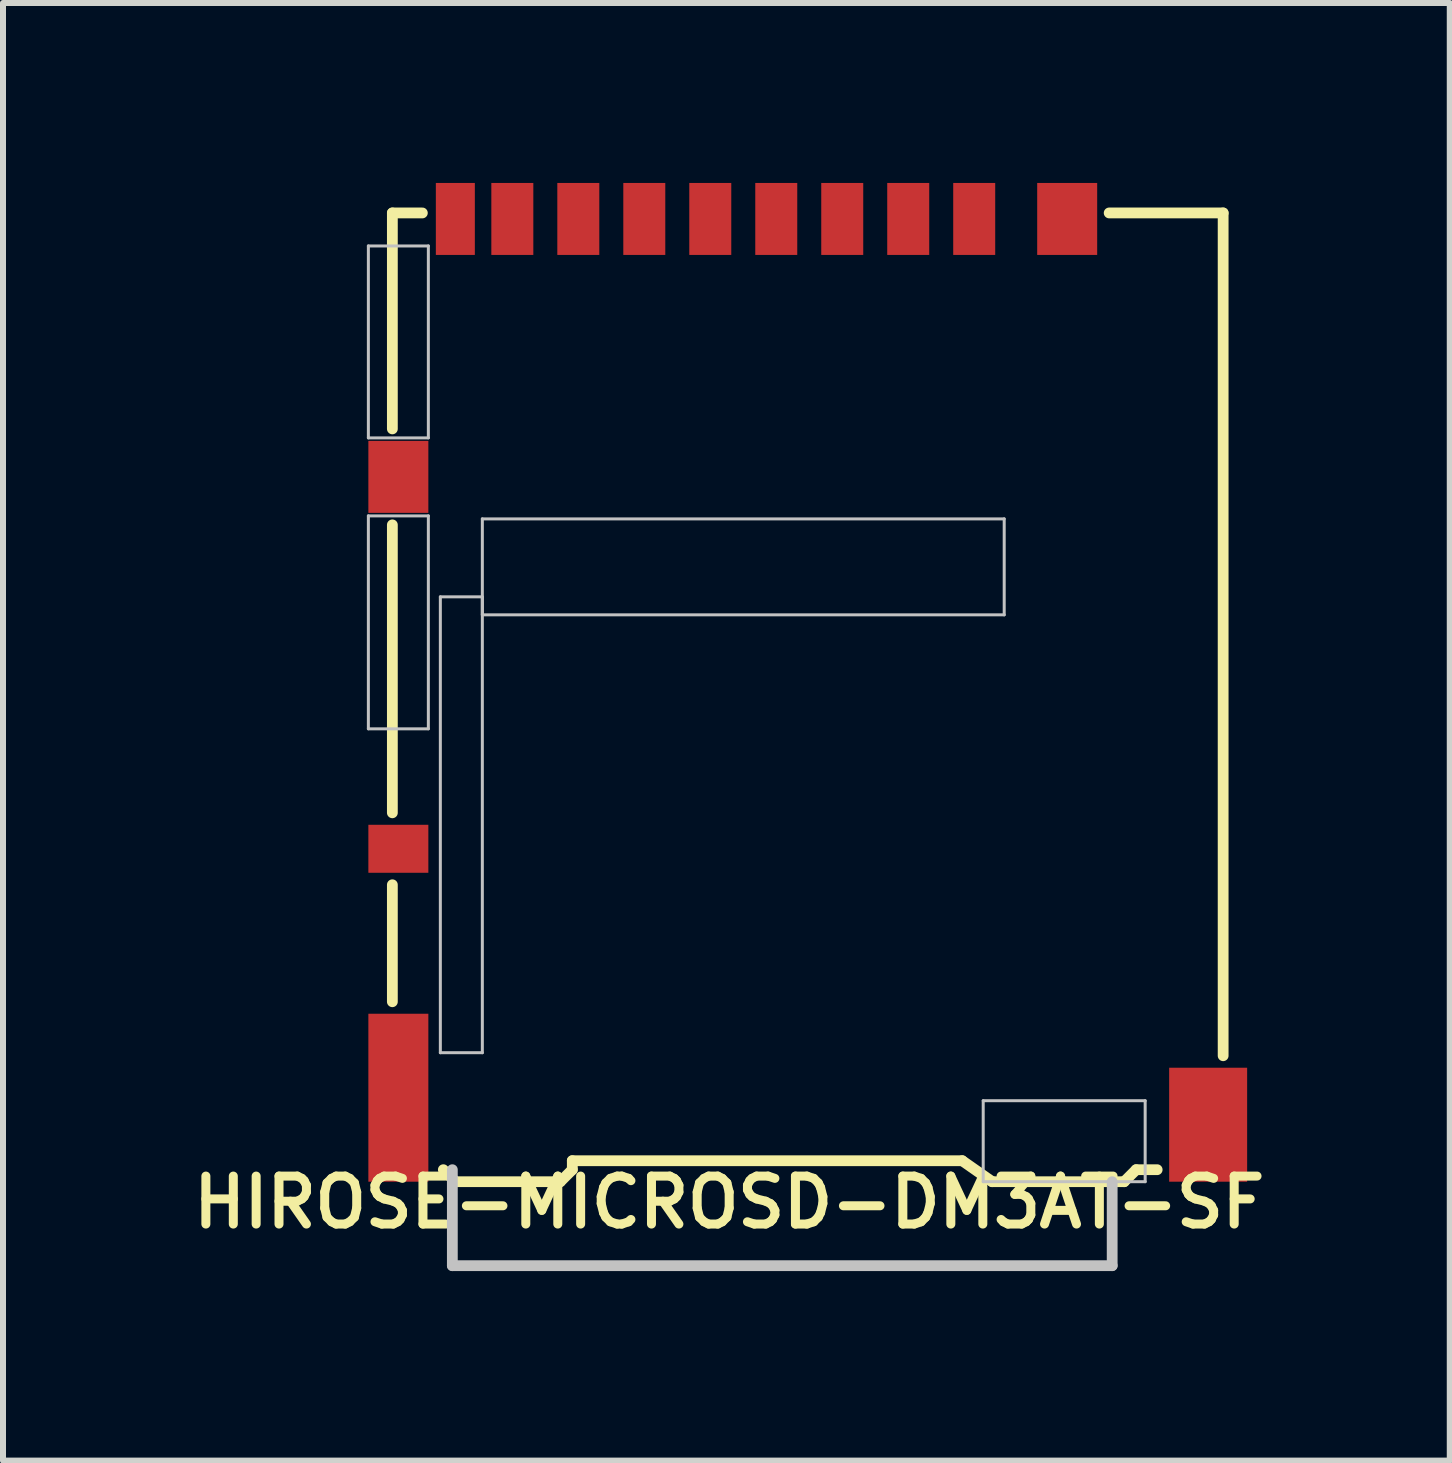
<source format=kicad_pcb>
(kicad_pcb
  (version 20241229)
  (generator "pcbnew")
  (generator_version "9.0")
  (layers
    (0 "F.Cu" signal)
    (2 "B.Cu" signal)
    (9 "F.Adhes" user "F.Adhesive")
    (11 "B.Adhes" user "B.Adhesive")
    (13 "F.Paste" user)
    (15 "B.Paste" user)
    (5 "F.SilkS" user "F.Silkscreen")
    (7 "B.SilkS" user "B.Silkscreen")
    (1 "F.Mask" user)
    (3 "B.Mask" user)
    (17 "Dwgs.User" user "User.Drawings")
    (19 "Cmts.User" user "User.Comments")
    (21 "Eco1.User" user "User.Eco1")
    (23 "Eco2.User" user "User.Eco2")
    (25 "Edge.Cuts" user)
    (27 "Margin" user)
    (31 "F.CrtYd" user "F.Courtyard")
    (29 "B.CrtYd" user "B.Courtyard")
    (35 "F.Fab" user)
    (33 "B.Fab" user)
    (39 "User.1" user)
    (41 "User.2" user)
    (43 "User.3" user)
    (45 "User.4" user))
  (footprint "HIROSE-MICROSD-DM3AT-SF"
    (layer "F.Cu")
    (at 9.991 18.05)
    (property "Reference" "HIROSE-MICROSD-DM3AT-SF" (at 8.128 -1.524 180) (layer "F.SilkS") (effects (font (size 0.8 0.8) (thickness 0.15)) (justify right top)))
    (attr through_hole)
    (fp_line (start -6.5 -17.55) (end -6 -17.55) (stroke (width 0.18) (type solid)) (layer "F.SilkS"))
    (fp_line (start -6.5 -13.95) (end -6.5 -17.55) (stroke (width 0.18) (type solid)) (layer "F.SilkS"))
    (fp_line (start -6.5 -7.55) (end -6.5 -12.35) (stroke (width 0.18) (type solid)) (layer "F.SilkS"))
    (fp_line (start -6.5 -4.4) (end -6.5 -6.35) (stroke (width 0.18) (type solid)) (layer "F.SilkS"))
    (fp_line (start -5.65 -1.6) (end -5.45 -1.4) (stroke (width 0.18) (type solid)) (layer "F.SilkS"))
    (fp_line (start -3.7 -1.4) (end -5.45 -1.4) (stroke (width 0.18) (type solid)) (layer "F.SilkS"))
    (fp_line (start -3.7 -1.4) (end -3.5 -1.6) (stroke (width 0.18) (type solid)) (layer "F.SilkS"))
    (fp_line (start -3.5 -1.75) (end 3 -1.75) (stroke (width 0.18) (type solid)) (layer "F.SilkS"))
    (fp_line (start -3.5 -1.6) (end -3.5 -1.75) (stroke (width 0.18) (type solid)) (layer "F.SilkS"))
    (fp_line (start 3 -1.75) (end 3.5 -1.4) (stroke (width 0.18) (type solid)) (layer "F.SilkS"))
    (fp_line (start 3.5 -1.4) (end 5.7 -1.4) (stroke (width 0.18) (type solid)) (layer "F.SilkS"))
    (fp_line (start 5.9 -1.6) (end 5.7 -1.4) (stroke (width 0.18) (type solid)) (layer "F.SilkS"))
    (fp_line (start 5.9 -1.6) (end 6.25 -1.6) (stroke (width 0.18) (type solid)) (layer "F.SilkS"))
    (fp_line (start 7.35 -17.55) (end 5.45 -17.55) (stroke (width 0.18) (type solid)) (layer "F.SilkS"))
    (fp_line (start 7.35 -3.5) (end 7.35 -17.55) (stroke (width 0.18) (type solid)) (layer "F.SilkS"))
    (fp_line (start -6.9 -17) (end -5.9 -17) (stroke (width 0.05) (type solid)) (layer "Dwgs.User"))
    (fp_line (start -6.9 -13.8) (end -6.9 -17) (stroke (width 0.05) (type solid)) (layer "Dwgs.User"))
    (fp_line (start -6.9 -12.5) (end -6.9 -8.95) (stroke (width 0.05) (type solid)) (layer "Dwgs.User"))
    (fp_line (start -5.9 -17) (end -5.9 -13.8) (stroke (width 0.05) (type solid)) (layer "Dwgs.User"))
    (fp_line (start -5.9 -13.8) (end -6.9 -13.8) (stroke (width 0.05) (type solid)) (layer "Dwgs.User"))
    (fp_line (start -5.9 -12.5) (end -6.9 -12.5) (stroke (width 0.05) (type solid)) (layer "Dwgs.User"))
    (fp_line (start -5.9 -8.95) (end -6.9 -8.95) (stroke (width 0.05) (type solid)) (layer "Dwgs.User"))
    (fp_line (start -5.9 -8.95) (end -5.9 -12.5) (stroke (width 0.05) (type solid)) (layer "Dwgs.User"))
    (fp_line (start -5.7 -11.15) (end -5.7 -3.55) (stroke (width 0.05) (type solid)) (layer "Dwgs.User"))
    (fp_line (start -5.7 -3.55) (end -5 -3.55) (stroke (width 0.05) (type solid)) (layer "Dwgs.User"))
    (fp_line (start -5.5 0) (end -5.5 -1.6) (stroke (width 0.18) (type solid)) (layer "Dwgs.User"))
    (fp_line (start -5.5 0) (end 5.5 0) (stroke (width 0.18) (type solid)) (layer "Dwgs.User"))
    (fp_line (start -5 -11.15) (end -5.7 -11.15) (stroke (width 0.05) (type solid)) (layer "Dwgs.User"))
    (fp_line (start -5 -10.85) (end -5 -12.45) (stroke (width 0.05) (type solid)) (layer "Dwgs.User"))
    (fp_line (start -5 -3.55) (end -5 -11.15) (stroke (width 0.05) (type solid)) (layer "Dwgs.User"))
    (fp_line (start 3.35 -2.75) (end 3.35 -1.4) (stroke (width 0.05) (type solid)) (layer "Dwgs.User"))
    (fp_line (start 3.35 -1.4) (end 6.05 -1.4) (stroke (width 0.05) (type solid)) (layer "Dwgs.User"))
    (fp_line (start 3.7 -12.45) (end -5 -12.45) (stroke (width 0.05) (type solid)) (layer "Dwgs.User"))
    (fp_line (start 3.7 -12.45) (end 3.7 -10.85) (stroke (width 0.05) (type solid)) (layer "Dwgs.User"))
    (fp_line (start 3.7 -10.85) (end -5 -10.85) (stroke (width 0.05) (type solid)) (layer "Dwgs.User"))
    (fp_line (start 5.5 0) (end 5.5 -1.4) (stroke (width 0.18) (type solid)) (layer "Dwgs.User"))
    (fp_line (start 6.05 -2.75) (end 3.35 -2.75) (stroke (width 0.05) (type solid)) (layer "Dwgs.User"))
    (fp_line (start 6.05 -1.4) (end 6.05 -2.75) (stroke (width 0.05) (type solid)) (layer "Dwgs.User"))
    (pad "1" smd rect (at 3.2 -17.45) (size 0.7 1.2) (layers "F.Cu" "F.Mask" "F.Paste"))
    (pad "2" smd rect (at 2.1 -17.45) (size 0.7 1.2) (layers "F.Cu" "F.Mask" "F.Paste"))
    (pad "3" smd rect (at 1 -17.45) (size 0.7 1.2) (layers "F.Cu" "F.Mask" "F.Paste"))
    (pad "4" smd rect (at -0.1 -17.45) (size 0.7 1.2) (layers "F.Cu" "F.Mask" "F.Paste"))
    (pad "5" smd rect (at -1.2 -17.45) (size 0.7 1.2) (layers "F.Cu" "F.Mask" "F.Paste"))
    (pad "6" smd rect (at -2.3 -17.45) (size 0.7 1.2) (layers "F.Cu" "F.Mask" "F.Paste"))
    (pad "7" smd rect (at -3.4 -17.45) (size 0.7 1.2) (layers "F.Cu" "F.Mask" "F.Paste"))
    (pad "8" smd rect (at -4.5 -17.45) (size 0.7 1.2) (layers "F.Cu" "F.Mask" "F.Paste"))
    (pad "DC" smd rect (at -6.4 -6.95) (size 1 0.8) (layers "F.Cu" "F.Mask" "F.Paste"))
    (pad "DT" smd rect (at -5.45 -17.45) (size 0.65 1.2) (layers "F.Cu" "F.Mask" "F.Paste"))
    (pad "SH" smd rect (at -6.4 -13.15) (size 1 1.2) (layers "F.Cu" "F.Mask" "F.Paste"))
    (pad "SH" smd rect (at -6.4 -2.8) (size 1 2.8) (layers "F.Cu" "F.Mask" "F.Paste"))
    (pad "SH" smd rect (at 4.75 -17.45) (size 1 1.2) (layers "F.Cu" "F.Mask" "F.Paste"))
    (pad "SH" smd rect (at 7.1 -2.35) (size 1.3 1.9) (layers "F.Cu" "F.Mask" "F.Paste")))
  (gr_rect
    (start -3 -3)
    (end 21.119 21.3)
    (stroke (width 0.1) (type default))
    (fill no)
    (layer "Edge.Cuts")))
</source>
